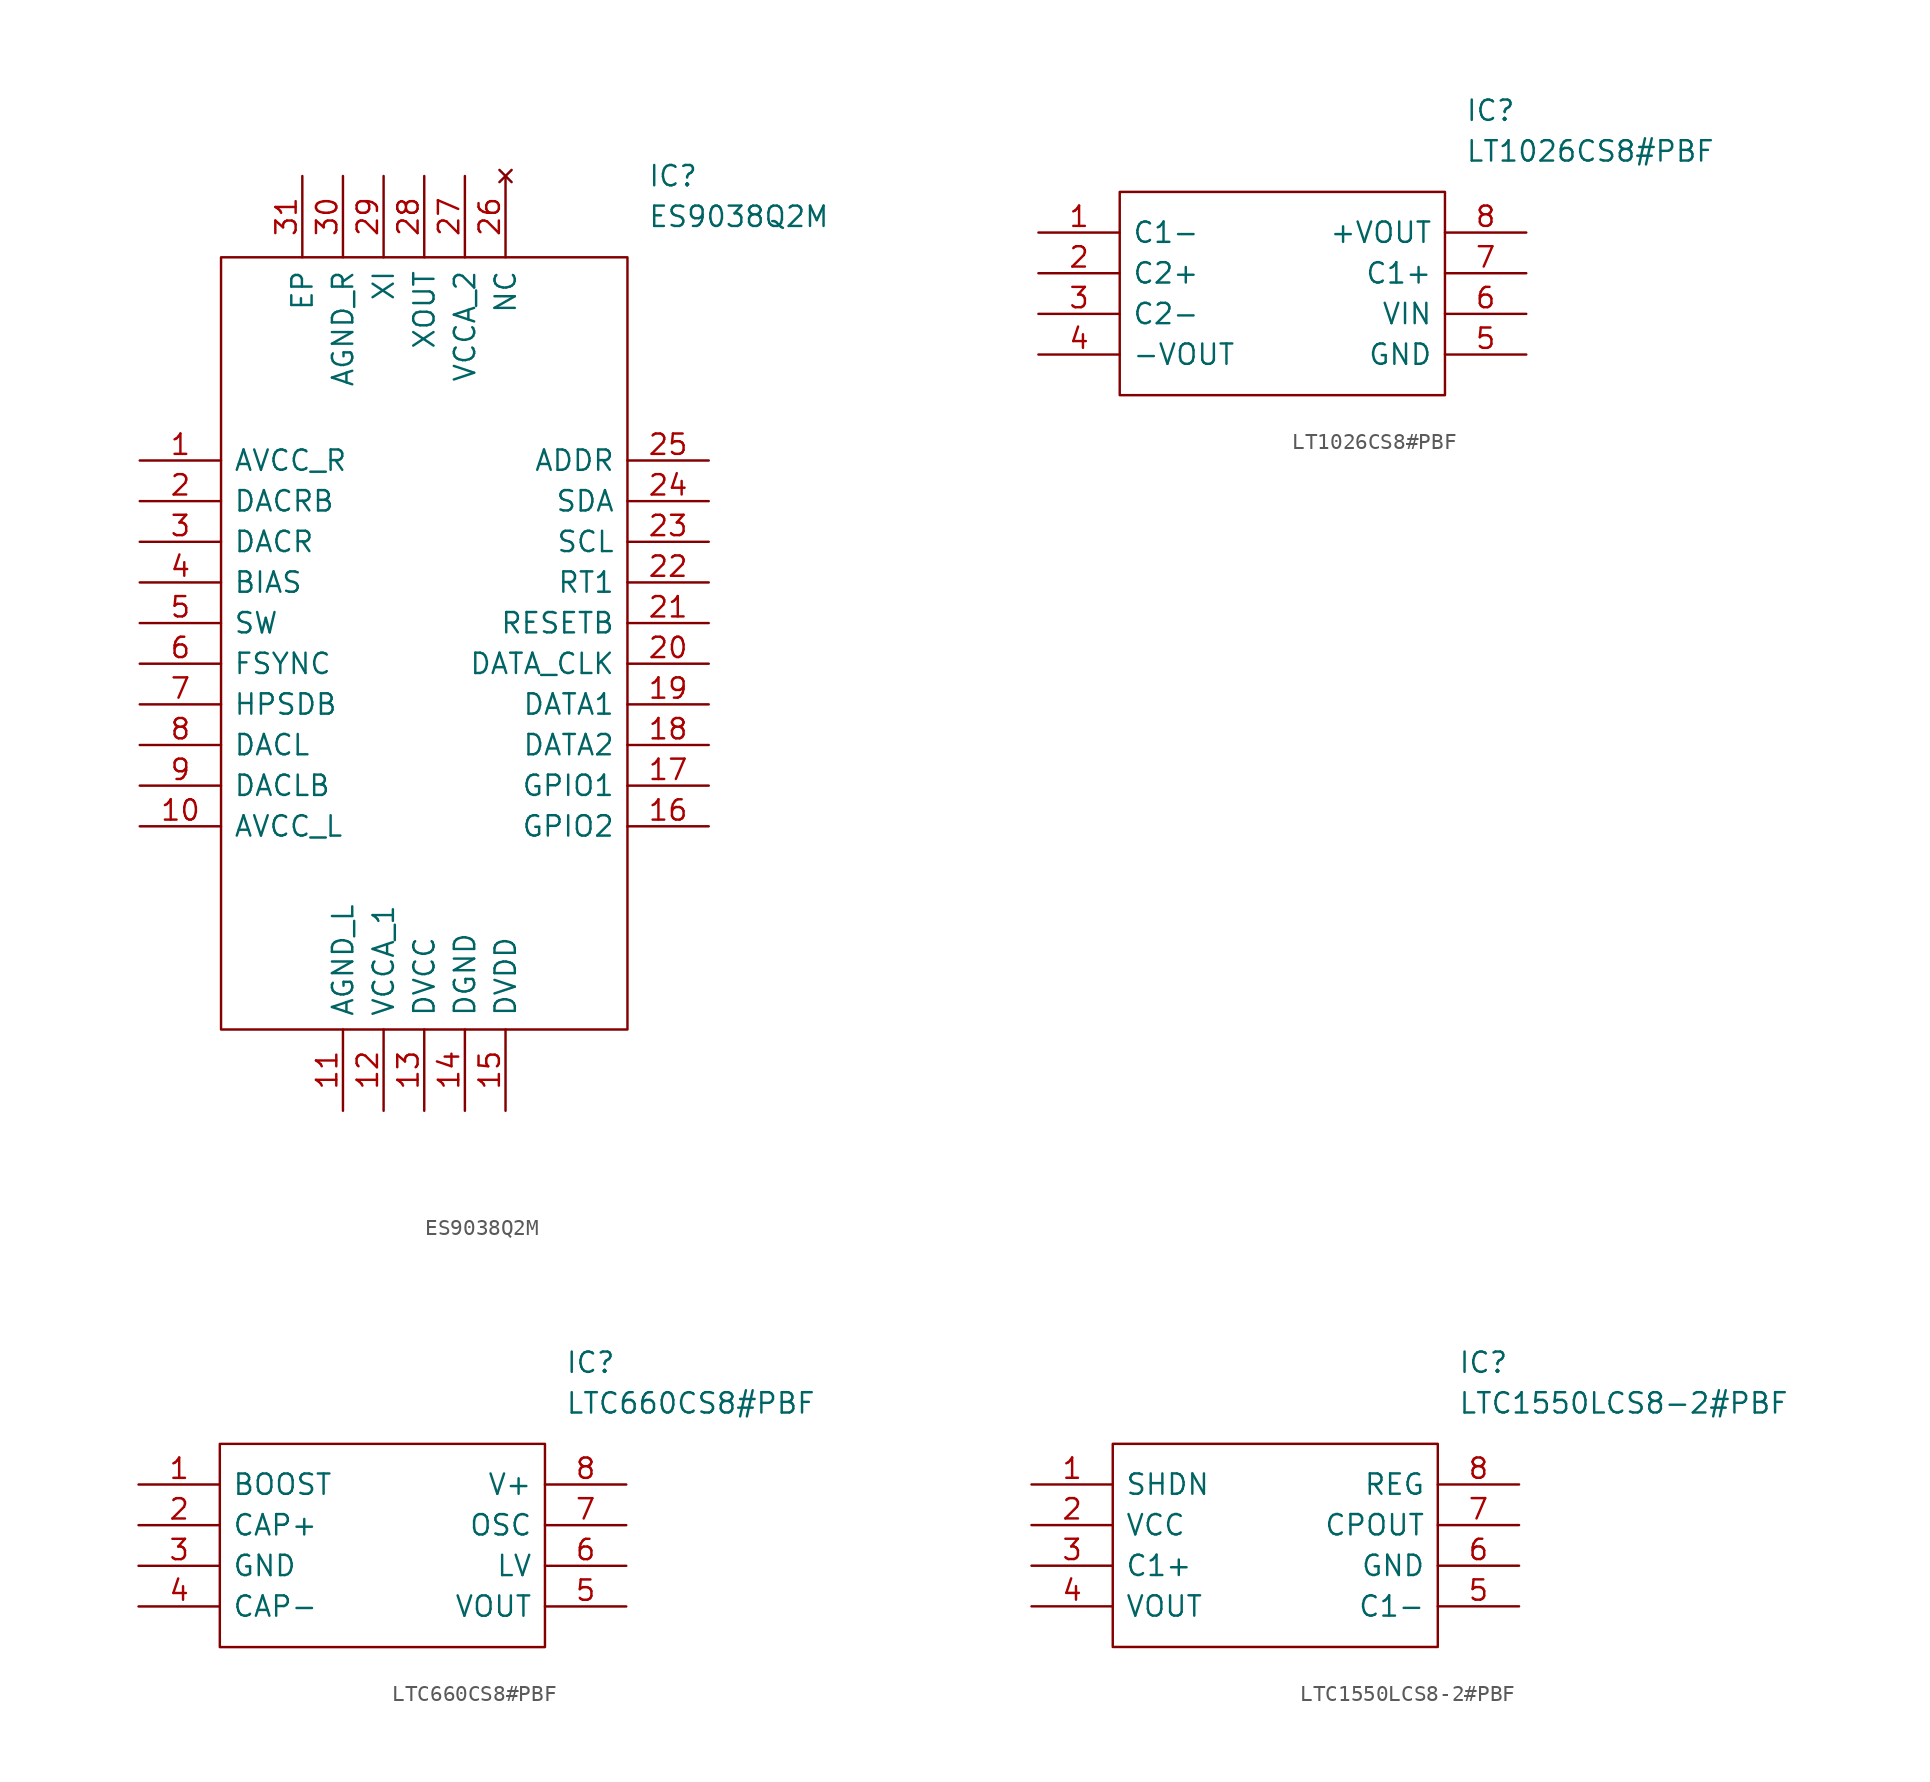
<source format=kicad_sym>
(kicad_symbol_lib
  (version 20211014)
  (generator kicad_symbol_editor)
  (symbol "ES9038Q2M"
    (pin_names
      (offset 0.762))
    (property "Reference" "IC"
      (at 31.75 17.78 0)
      (effects (font (size 1.27 1.27)) (justify left)))
    (property "Value" "ES9038Q2M"
      (at 31.75 15.24 0)
      (effects (font (size 1.27 1.27)) (justify left)))
    (symbol "ES9038Q2M_0_0"
      (pin passive line (at 0 0 0) (length 5.08) (name "AVCC_R" (effects (font (size 1.27 1.27)))) (number "1" (effects (font (size 1.27 1.27)))))
      (pin passive line (at 0 -22.86 0) (length 5.08) (name "AVCC_L" (effects (font (size 1.27 1.27)))) (number "10" (effects (font (size 1.27 1.27)))))
      (pin passive line (at 12.7 -40.64 90) (length 5.08) (name "AGND_L" (effects (font (size 1.27 1.27)))) (number "11" (effects (font (size 1.27 1.27)))))
      (pin passive line (at 15.24 -40.64 90) (length 5.08) (name "VCCA_1" (effects (font (size 1.27 1.27)))) (number "12" (effects (font (size 1.27 1.27)))))
      (pin passive line (at 17.78 -40.64 90) (length 5.08) (name "DVCC" (effects (font (size 1.27 1.27)))) (number "13" (effects (font (size 1.27 1.27)))))
      (pin passive line (at 20.32 -40.64 90) (length 5.08) (name "DGND" (effects (font (size 1.27 1.27)))) (number "14" (effects (font (size 1.27 1.27)))))
      (pin passive line (at 22.86 -40.64 90) (length 5.08) (name "DVDD" (effects (font (size 1.27 1.27)))) (number "15" (effects (font (size 1.27 1.27)))))
      (pin passive line (at 35.56 -22.86 180) (length 5.08) (name "GPIO2" (effects (font (size 1.27 1.27)))) (number "16" (effects (font (size 1.27 1.27)))))
      (pin passive line (at 35.56 -20.32 180) (length 5.08) (name "GPIO1" (effects (font (size 1.27 1.27)))) (number "17" (effects (font (size 1.27 1.27)))))
      (pin passive line (at 35.56 -17.78 180) (length 5.08) (name "DATA2" (effects (font (size 1.27 1.27)))) (number "18" (effects (font (size 1.27 1.27)))))
      (pin passive line (at 35.56 -15.24 180) (length 5.08) (name "DATA1" (effects (font (size 1.27 1.27)))) (number "19" (effects (font (size 1.27 1.27)))))
      (pin passive line (at 0 -2.54 0) (length 5.08) (name "DACRB" (effects (font (size 1.27 1.27)))) (number "2" (effects (font (size 1.27 1.27)))))
      (pin passive line (at 35.56 -12.7 180) (length 5.08) (name "DATA_CLK" (effects (font (size 1.27 1.27)))) (number "20" (effects (font (size 1.27 1.27)))))
      (pin passive line (at 35.56 -10.16 180) (length 5.08) (name "RESETB" (effects (font (size 1.27 1.27)))) (number "21" (effects (font (size 1.27 1.27)))))
      (pin passive line (at 35.56 -7.62 180) (length 5.08) (name "RT1" (effects (font (size 1.27 1.27)))) (number "22" (effects (font (size 1.27 1.27)))))
      (pin passive line (at 35.56 -5.08 180) (length 5.08) (name "SCL" (effects (font (size 1.27 1.27)))) (number "23" (effects (font (size 1.27 1.27)))))
      (pin passive line (at 35.56 -2.54 180) (length 5.08) (name "SDA" (effects (font (size 1.27 1.27)))) (number "24" (effects (font (size 1.27 1.27)))))
      (pin passive line (at 35.56 0 180) (length 5.08) (name "ADDR" (effects (font (size 1.27 1.27)))) (number "25" (effects (font (size 1.27 1.27)))))
      (pin no_connect line (at 22.86 17.78 270) (length 5.08) (name "NC" (effects (font (size 1.27 1.27)))) (number "26" (effects (font (size 1.27 1.27)))))
      (pin passive line (at 20.32 17.78 270) (length 5.08) (name "VCCA_2" (effects (font (size 1.27 1.27)))) (number "27" (effects (font (size 1.27 1.27)))))
      (pin passive line (at 17.78 17.78 270) (length 5.08) (name "XOUT" (effects (font (size 1.27 1.27)))) (number "28" (effects (font (size 1.27 1.27)))))
      (pin passive line (at 15.24 17.78 270) (length 5.08) (name "XI" (effects (font (size 1.27 1.27)))) (number "29" (effects (font (size 1.27 1.27)))))
      (pin passive line (at 0 -5.08 0) (length 5.08) (name "DACR" (effects (font (size 1.27 1.27)))) (number "3" (effects (font (size 1.27 1.27)))))
      (pin passive line (at 12.7 17.78 270) (length 5.08) (name "AGND_R" (effects (font (size 1.27 1.27)))) (number "30" (effects (font (size 1.27 1.27)))))
      (pin passive line (at 10.16 17.78 270) (length 5.08) (name "EP" (effects (font (size 1.27 1.27)))) (number "31" (effects (font (size 1.27 1.27)))))
      (pin passive line (at 0 -7.62 0) (length 5.08) (name "BIAS" (effects (font (size 1.27 1.27)))) (number "4" (effects (font (size 1.27 1.27)))))
      (pin passive line (at 0 -10.16 0) (length 5.08) (name "SW" (effects (font (size 1.27 1.27)))) (number "5" (effects (font (size 1.27 1.27)))))
      (pin passive line (at 0 -12.7 0) (length 5.08) (name "FSYNC" (effects (font (size 1.27 1.27)))) (number "6" (effects (font (size 1.27 1.27)))))
      (pin passive line (at 0 -15.24 0) (length 5.08) (name "HPSDB" (effects (font (size 1.27 1.27)))) (number "7" (effects (font (size 1.27 1.27)))))
      (pin passive line (at 0 -17.78 0) (length 5.08) (name "DACL" (effects (font (size 1.27 1.27)))) (number "8" (effects (font (size 1.27 1.27)))))
      (pin passive line (at 0 -20.32 0) (length 5.08) (name "DACLB" (effects (font (size 1.27 1.27)))) (number "9" (effects (font (size 1.27 1.27))))))
    (symbol "ES9038Q2M_0_1"
      (polyline (pts (xy 5.08 12.7) (xy 30.48 12.7) (xy 30.48 -35.56) (xy 5.08 -35.56) (xy 5.08 12.7)) (stroke (width 0.152) (type default) (color 0 0 0 0)) (fill (type none)))))
  (symbol "LT1026CS8#PBF"
    (pin_names
      (offset 0.762))
    (property "Reference" "IC"
      (at 26.67 7.62 0)
      (effects (font (size 1.27 1.27)) (justify left)))
    (property "Value" "LT1026CS8#PBF"
      (at 26.67 5.08 0)
      (effects (font (size 1.27 1.27)) (justify left)))
    (symbol "LT1026CS8#PBF_0_0"
      (pin passive line (at 0 0 0) (length 5.08) (name "C1-" (effects (font (size 1.27 1.27)))) (number "1" (effects (font (size 1.27 1.27)))))
      (pin passive line (at 0 -2.54 0) (length 5.08) (name "C2+" (effects (font (size 1.27 1.27)))) (number "2" (effects (font (size 1.27 1.27)))))
      (pin passive line (at 0 -5.08 0) (length 5.08) (name "C2-" (effects (font (size 1.27 1.27)))) (number "3" (effects (font (size 1.27 1.27)))))
      (pin passive line (at 0 -7.62 0) (length 5.08) (name "-VOUT" (effects (font (size 1.27 1.27)))) (number "4" (effects (font (size 1.27 1.27)))))
      (pin passive line (at 30.48 -7.62 180) (length 5.08) (name "GND" (effects (font (size 1.27 1.27)))) (number "5" (effects (font (size 1.27 1.27)))))
      (pin passive line (at 30.48 -5.08 180) (length 5.08) (name "VIN" (effects (font (size 1.27 1.27)))) (number "6" (effects (font (size 1.27 1.27)))))
      (pin passive line (at 30.48 -2.54 180) (length 5.08) (name "C1+" (effects (font (size 1.27 1.27)))) (number "7" (effects (font (size 1.27 1.27)))))
      (pin passive line (at 30.48 0 180) (length 5.08) (name "+VOUT" (effects (font (size 1.27 1.27)))) (number "8" (effects (font (size 1.27 1.27))))))
    (symbol "LT1026CS8#PBF_0_1"
      (polyline (pts (xy 5.08 2.54) (xy 25.4 2.54) (xy 25.4 -10.16) (xy 5.08 -10.16) (xy 5.08 2.54)) (stroke (width 0.152) (type default) (color 0 0 0 0)) (fill (type none)))))
  (symbol "LTC660CS8#PBF"
    (pin_names
      (offset 0.762))
    (property "Reference" "IC"
      (at 26.67 7.62 0)
      (effects (font (size 1.27 1.27)) (justify left)))
    (property "Value" "LTC660CS8#PBF"
      (at 26.67 5.08 0)
      (effects (font (size 1.27 1.27)) (justify left)))
    (symbol "LTC660CS8#PBF_0_0"
      (pin passive line (at 0 0 0) (length 5.08) (name "BOOST" (effects (font (size 1.27 1.27)))) (number "1" (effects (font (size 1.27 1.27)))))
      (pin passive line (at 0 -2.54 0) (length 5.08) (name "CAP+" (effects (font (size 1.27 1.27)))) (number "2" (effects (font (size 1.27 1.27)))))
      (pin passive line (at 0 -5.08 0) (length 5.08) (name "GND" (effects (font (size 1.27 1.27)))) (number "3" (effects (font (size 1.27 1.27)))))
      (pin passive line (at 0 -7.62 0) (length 5.08) (name "CAP-" (effects (font (size 1.27 1.27)))) (number "4" (effects (font (size 1.27 1.27)))))
      (pin passive line (at 30.48 -7.62 180) (length 5.08) (name "VOUT" (effects (font (size 1.27 1.27)))) (number "5" (effects (font (size 1.27 1.27)))))
      (pin passive line (at 30.48 -5.08 180) (length 5.08) (name "LV" (effects (font (size 1.27 1.27)))) (number "6" (effects (font (size 1.27 1.27)))))
      (pin passive line (at 30.48 -2.54 180) (length 5.08) (name "OSC" (effects (font (size 1.27 1.27)))) (number "7" (effects (font (size 1.27 1.27)))))
      (pin passive line (at 30.48 0 180) (length 5.08) (name "V+" (effects (font (size 1.27 1.27)))) (number "8" (effects (font (size 1.27 1.27))))))
    (symbol "LTC660CS8#PBF_0_1"
      (polyline (pts (xy 5.08 2.54) (xy 25.4 2.54) (xy 25.4 -10.16) (xy 5.08 -10.16) (xy 5.08 2.54)) (stroke (width 0.152) (type default) (color 0 0 0 0)) (fill (type none)))))
  (symbol "LTC1550LCS8-2#PBF"
    (pin_names
      (offset 0.762))
    (property "Reference" "IC"
      (at 26.67 7.62 0)
      (effects (font (size 1.27 1.27)) (justify left)))
    (property "Value" "LTC1550LCS8-2#PBF"
      (at 26.67 5.08 0)
      (effects (font (size 1.27 1.27)) (justify left)))
    (symbol "LTC1550LCS8-2#PBF_0_0"
      (pin input line (at 0 0 0) (length 5.08) (name "SHDN" (effects (font (size 1.27 1.27)))) (number "1" (effects (font (size 1.27 1.27)))))
      (pin power_in line (at 0 -2.54 0) (length 5.08) (name "VCC" (effects (font (size 1.27 1.27)))) (number "2" (effects (font (size 1.27 1.27)))))
      (pin input line (at 0 -5.08 0) (length 5.08) (name "C1+" (effects (font (size 1.27 1.27)))) (number "3" (effects (font (size 1.27 1.27)))))
      (pin output line (at 0 -7.62 0) (length 5.08) (name "VOUT" (effects (font (size 1.27 1.27)))) (number "4" (effects (font (size 1.27 1.27)))))
      (pin passive line (at 30.48 -7.62 180) (length 5.08) (name "C1-" (effects (font (size 1.27 1.27)))) (number "5" (effects (font (size 1.27 1.27)))))
      (pin power_in line (at 30.48 -5.08 180) (length 5.08) (name "GND" (effects (font (size 1.27 1.27)))) (number "6" (effects (font (size 1.27 1.27)))))
      (pin passive line (at 30.48 -2.54 180) (length 5.08) (name "CPOUT" (effects (font (size 1.27 1.27)))) (number "7" (effects (font (size 1.27 1.27)))))
      (pin passive line (at 30.48 0 180) (length 5.08) (name "REG" (effects (font (size 1.27 1.27)))) (number "8" (effects (font (size 1.27 1.27))))))
    (symbol "LTC1550LCS8-2#PBF_0_1"
      (polyline (pts (xy 5.08 2.54) (xy 25.4 2.54) (xy 25.4 -10.16) (xy 5.08 -10.16) (xy 5.08 2.54)) (stroke (width 0.152) (type default) (color 0 0 0 0)) (fill (type none))))))
</source>
